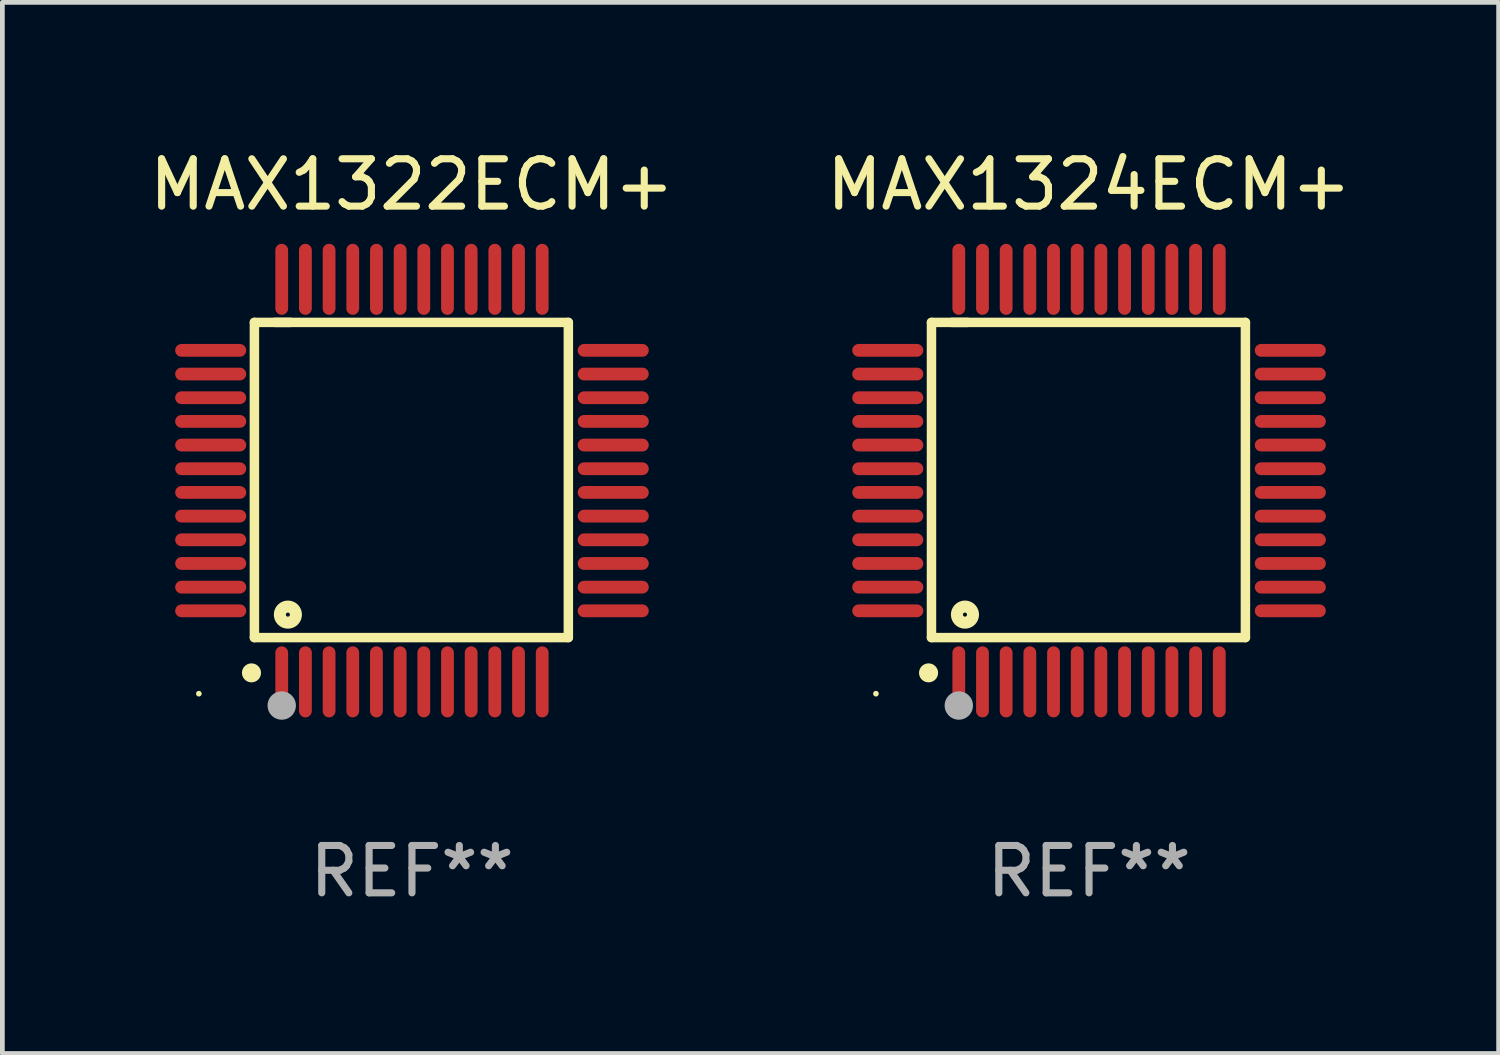
<source format=kicad_pcb>
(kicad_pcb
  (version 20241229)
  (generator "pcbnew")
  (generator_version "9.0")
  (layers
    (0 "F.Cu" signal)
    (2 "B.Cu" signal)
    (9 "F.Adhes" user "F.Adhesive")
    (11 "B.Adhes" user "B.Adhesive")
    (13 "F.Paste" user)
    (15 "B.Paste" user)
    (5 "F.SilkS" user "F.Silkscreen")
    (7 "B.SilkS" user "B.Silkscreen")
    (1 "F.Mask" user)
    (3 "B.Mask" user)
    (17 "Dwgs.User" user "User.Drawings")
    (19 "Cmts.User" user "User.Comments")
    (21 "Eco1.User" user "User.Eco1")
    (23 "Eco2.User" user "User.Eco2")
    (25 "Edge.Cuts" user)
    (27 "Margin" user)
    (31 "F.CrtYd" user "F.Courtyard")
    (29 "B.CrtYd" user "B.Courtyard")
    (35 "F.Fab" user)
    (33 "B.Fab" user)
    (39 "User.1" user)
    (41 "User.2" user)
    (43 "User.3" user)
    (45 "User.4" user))
  (footprint "MAX1322ECM+"
    (layer "F.Cu")
    (at 5.649 7.098)
    (property "Reference" "MAX1322ECM+" (at 0 -6.25 0) (layer "F.SilkS") (effects (font (size 1 1) (thickness 0.15))))
    (attr through_hole)
    (fp_line (start -3.327 -3.34) (end -2.565 -3.34) (stroke (width 0.2) (type solid)) (layer "F.SilkS"))
    (fp_line (start -3.327 3.315) (end -3.327 -3.34) (stroke (width 0.2) (type solid)) (layer "F.SilkS"))
    (fp_line (start -2.896 -3.34) (end 3.302 -3.34) (stroke (width 0.2) (type solid)) (layer "F.SilkS"))
    (fp_line (start 3.302 -3.34) (end 3.302 3.315) (stroke (width 0.2) (type solid)) (layer "F.SilkS"))
    (fp_line (start 3.302 3.315) (end -3.327 3.315) (stroke (width 0.2) (type solid)) (layer "F.SilkS"))
    (fp_arc (start -3.389992 4.059995) (mid -3.388722 4.059991) (end -3.387452 4.059995) (stroke (width 0.4) (type solid)) (layer "F.SilkS"))
    (fp_circle (center -4.5 4.5) (end -4.47 4.5) (stroke (width 0.06) (type solid)) (fill no) (layer "F.SilkS"))
    (fp_circle (center -2.62 2.83) (end -2.45 2.83) (stroke (width 0.254) (type solid)) (fill no) (layer "F.SilkS"))
    (fp_circle (center -2.75 4.75) (end -2.6 4.75) (stroke (width 0.3) (type solid)) (fill no) (layer "F.Fab"))
    (fp_text user "REF**" (at 0 8.25 0) (layer "F.Fab") (effects (font (size 1 1) (thickness 0.15))))
    (pad "1" smd oval (at -2.75 4.25) (size 0.27 1.5) (layers "F.Cu" "F.Mask" "F.Paste"))
    (pad "2" smd oval (at -2.25 4.25) (size 0.27 1.5) (layers "F.Cu" "F.Mask" "F.Paste"))
    (pad "3" smd oval (at -1.75 4.25) (size 0.27 1.5) (layers "F.Cu" "F.Mask" "F.Paste"))
    (pad "4" smd oval (at -1.25 4.25) (size 0.27 1.5) (layers "F.Cu" "F.Mask" "F.Paste"))
    (pad "5" smd oval (at -0.75 4.25) (size 0.27 1.5) (layers "F.Cu" "F.Mask" "F.Paste"))
    (pad "6" smd oval (at -0.25 4.25) (size 0.27 1.5) (layers "F.Cu" "F.Mask" "F.Paste"))
    (pad "7" smd oval (at 0.25 4.25) (size 0.27 1.5) (layers "F.Cu" "F.Mask" "F.Paste"))
    (pad "8" smd oval (at 0.75 4.25) (size 0.27 1.5) (layers "F.Cu" "F.Mask" "F.Paste"))
    (pad "9" smd oval (at 1.25 4.25) (size 0.27 1.5) (layers "F.Cu" "F.Mask" "F.Paste"))
    (pad "10" smd oval (at 1.75 4.25) (size 0.27 1.5) (layers "F.Cu" "F.Mask" "F.Paste"))
    (pad "11" smd oval (at 2.25 4.25) (size 0.27 1.5) (layers "F.Cu" "F.Mask" "F.Paste"))
    (pad "12" smd oval (at 2.75 4.25) (size 0.27 1.5) (layers "F.Cu" "F.Mask" "F.Paste"))
    (pad "13" smd oval (at 4.25 2.75) (size 1.5 0.27) (layers "F.Cu" "F.Mask" "F.Paste"))
    (pad "14" smd oval (at 4.25 2.25) (size 1.5 0.27) (layers "F.Cu" "F.Mask" "F.Paste"))
    (pad "15" smd oval (at 4.25 1.75) (size 1.5 0.27) (layers "F.Cu" "F.Mask" "F.Paste"))
    (pad "16" smd oval (at 4.25 1.25) (size 1.5 0.27) (layers "F.Cu" "F.Mask" "F.Paste"))
    (pad "17" smd oval (at 4.25 0.75) (size 1.5 0.27) (layers "F.Cu" "F.Mask" "F.Paste"))
    (pad "18" smd oval (at 4.25 0.25) (size 1.5 0.27) (layers "F.Cu" "F.Mask" "F.Paste"))
    (pad "19" smd oval (at 4.25 -0.25) (size 1.5 0.27) (layers "F.Cu" "F.Mask" "F.Paste"))
    (pad "20" smd oval (at 4.25 -0.75) (size 1.5 0.27) (layers "F.Cu" "F.Mask" "F.Paste"))
    (pad "21" smd oval (at 4.25 -1.25) (size 1.5 0.27) (layers "F.Cu" "F.Mask" "F.Paste"))
    (pad "22" smd oval (at 4.25 -1.75) (size 1.5 0.27) (layers "F.Cu" "F.Mask" "F.Paste"))
    (pad "23" smd oval (at 4.25 -2.25) (size 1.5 0.27) (layers "F.Cu" "F.Mask" "F.Paste"))
    (pad "24" smd oval (at 4.25 -2.75) (size 1.5 0.27) (layers "F.Cu" "F.Mask" "F.Paste"))
    (pad "25" smd oval (at 2.75 -4.25) (size 0.27 1.5) (layers "F.Cu" "F.Mask" "F.Paste"))
    (pad "26" smd oval (at 2.25 -4.25) (size 0.27 1.5) (layers "F.Cu" "F.Mask" "F.Paste"))
    (pad "27" smd oval (at 1.75 -4.25) (size 0.27 1.5) (layers "F.Cu" "F.Mask" "F.Paste"))
    (pad "28" smd oval (at 1.25 -4.25) (size 0.27 1.5) (layers "F.Cu" "F.Mask" "F.Paste"))
    (pad "29" smd oval (at 0.75 -4.25) (size 0.27 1.5) (layers "F.Cu" "F.Mask" "F.Paste"))
    (pad "30" smd oval (at 0.25 -4.25) (size 0.27 1.5) (layers "F.Cu" "F.Mask" "F.Paste"))
    (pad "31" smd oval (at -0.25 -4.25) (size 0.27 1.5) (layers "F.Cu" "F.Mask" "F.Paste"))
    (pad "32" smd oval (at -0.75 -4.25) (size 0.27 1.5) (layers "F.Cu" "F.Mask" "F.Paste"))
    (pad "33" smd oval (at -1.25 -4.25) (size 0.27 1.5) (layers "F.Cu" "F.Mask" "F.Paste"))
    (pad "34" smd oval (at -1.75 -4.25) (size 0.27 1.5) (layers "F.Cu" "F.Mask" "F.Paste"))
    (pad "35" smd oval (at -2.25 -4.25) (size 0.27 1.5) (layers "F.Cu" "F.Mask" "F.Paste"))
    (pad "36" smd oval (at -2.75 -4.25) (size 0.27 1.5) (layers "F.Cu" "F.Mask" "F.Paste"))
    (pad "37" smd oval (at -4.25 -2.75) (size 1.5 0.27) (layers "F.Cu" "F.Mask" "F.Paste"))
    (pad "38" smd oval (at -4.25 -2.25) (size 1.5 0.27) (layers "F.Cu" "F.Mask" "F.Paste"))
    (pad "39" smd oval (at -4.25 -1.75) (size 1.5 0.27) (layers "F.Cu" "F.Mask" "F.Paste"))
    (pad "40" smd oval (at -4.25 -1.25) (size 1.5 0.27) (layers "F.Cu" "F.Mask" "F.Paste"))
    (pad "41" smd oval (at -4.25 -0.75) (size 1.5 0.27) (layers "F.Cu" "F.Mask" "F.Paste"))
    (pad "42" smd oval (at -4.25 -0.25) (size 1.5 0.27) (layers "F.Cu" "F.Mask" "F.Paste"))
    (pad "43" smd oval (at -4.25 0.25) (size 1.5 0.27) (layers "F.Cu" "F.Mask" "F.Paste"))
    (pad "44" smd oval (at -4.25 0.75) (size 1.5 0.27) (layers "F.Cu" "F.Mask" "F.Paste"))
    (pad "45" smd oval (at -4.25 1.25) (size 1.5 0.27) (layers "F.Cu" "F.Mask" "F.Paste"))
    (pad "46" smd oval (at -4.25 1.75) (size 1.5 0.27) (layers "F.Cu" "F.Mask" "F.Paste"))
    (pad "47" smd oval (at -4.25 2.25) (size 1.5 0.27) (layers "F.Cu" "F.Mask" "F.Paste"))
    (pad "48" smd oval (at -4.25 2.75) (size 1.5 0.27) (layers "F.Cu" "F.Mask" "F.Paste")))
  (footprint "MAX1324ECM+"
    (layer "F.Cu")
    (at 19.946 7.098)
    (property "Reference" "MAX1324ECM+" (at 0 -6.25 0) (layer "F.SilkS") (effects (font (size 1 1) (thickness 0.15))))
    (attr through_hole)
    (fp_line (start -3.327 -3.34) (end -2.565 -3.34) (stroke (width 0.2) (type solid)) (layer "F.SilkS"))
    (fp_line (start -3.327 3.315) (end -3.327 -3.34) (stroke (width 0.2) (type solid)) (layer "F.SilkS"))
    (fp_line (start -2.896 -3.34) (end 3.302 -3.34) (stroke (width 0.2) (type solid)) (layer "F.SilkS"))
    (fp_line (start 3.302 -3.34) (end 3.302 3.315) (stroke (width 0.2) (type solid)) (layer "F.SilkS"))
    (fp_line (start 3.302 3.315) (end -3.327 3.315) (stroke (width 0.2) (type solid)) (layer "F.SilkS"))
    (fp_arc (start -3.389992 4.059995) (mid -3.388722 4.059991) (end -3.387452 4.059995) (stroke (width 0.4) (type solid)) (layer "F.SilkS"))
    (fp_circle (center -4.5 4.5) (end -4.47 4.5) (stroke (width 0.06) (type solid)) (fill no) (layer "F.SilkS"))
    (fp_circle (center -2.62 2.83) (end -2.45 2.83) (stroke (width 0.254) (type solid)) (fill no) (layer "F.SilkS"))
    (fp_circle (center -2.75 4.75) (end -2.6 4.75) (stroke (width 0.3) (type solid)) (fill no) (layer "F.Fab"))
    (fp_text user "REF**" (at 0 8.25 0) (layer "F.Fab") (effects (font (size 1 1) (thickness 0.15))))
    (pad "1" smd oval (at -2.75 4.25) (size 0.27 1.5) (layers "F.Cu" "F.Mask" "F.Paste"))
    (pad "2" smd oval (at -2.25 4.25) (size 0.27 1.5) (layers "F.Cu" "F.Mask" "F.Paste"))
    (pad "3" smd oval (at -1.75 4.25) (size 0.27 1.5) (layers "F.Cu" "F.Mask" "F.Paste"))
    (pad "4" smd oval (at -1.25 4.25) (size 0.27 1.5) (layers "F.Cu" "F.Mask" "F.Paste"))
    (pad "5" smd oval (at -0.75 4.25) (size 0.27 1.5) (layers "F.Cu" "F.Mask" "F.Paste"))
    (pad "6" smd oval (at -0.25 4.25) (size 0.27 1.5) (layers "F.Cu" "F.Mask" "F.Paste"))
    (pad "7" smd oval (at 0.25 4.25) (size 0.27 1.5) (layers "F.Cu" "F.Mask" "F.Paste"))
    (pad "8" smd oval (at 0.75 4.25) (size 0.27 1.5) (layers "F.Cu" "F.Mask" "F.Paste"))
    (pad "9" smd oval (at 1.25 4.25) (size 0.27 1.5) (layers "F.Cu" "F.Mask" "F.Paste"))
    (pad "10" smd oval (at 1.75 4.25) (size 0.27 1.5) (layers "F.Cu" "F.Mask" "F.Paste"))
    (pad "11" smd oval (at 2.25 4.25) (size 0.27 1.5) (layers "F.Cu" "F.Mask" "F.Paste"))
    (pad "12" smd oval (at 2.75 4.25) (size 0.27 1.5) (layers "F.Cu" "F.Mask" "F.Paste"))
    (pad "13" smd oval (at 4.25 2.75) (size 1.5 0.27) (layers "F.Cu" "F.Mask" "F.Paste"))
    (pad "14" smd oval (at 4.25 2.25) (size 1.5 0.27) (layers "F.Cu" "F.Mask" "F.Paste"))
    (pad "15" smd oval (at 4.25 1.75) (size 1.5 0.27) (layers "F.Cu" "F.Mask" "F.Paste"))
    (pad "16" smd oval (at 4.25 1.25) (size 1.5 0.27) (layers "F.Cu" "F.Mask" "F.Paste"))
    (pad "17" smd oval (at 4.25 0.75) (size 1.5 0.27) (layers "F.Cu" "F.Mask" "F.Paste"))
    (pad "18" smd oval (at 4.25 0.25) (size 1.5 0.27) (layers "F.Cu" "F.Mask" "F.Paste"))
    (pad "19" smd oval (at 4.25 -0.25) (size 1.5 0.27) (layers "F.Cu" "F.Mask" "F.Paste"))
    (pad "20" smd oval (at 4.25 -0.75) (size 1.5 0.27) (layers "F.Cu" "F.Mask" "F.Paste"))
    (pad "21" smd oval (at 4.25 -1.25) (size 1.5 0.27) (layers "F.Cu" "F.Mask" "F.Paste"))
    (pad "22" smd oval (at 4.25 -1.75) (size 1.5 0.27) (layers "F.Cu" "F.Mask" "F.Paste"))
    (pad "23" smd oval (at 4.25 -2.25) (size 1.5 0.27) (layers "F.Cu" "F.Mask" "F.Paste"))
    (pad "24" smd oval (at 4.25 -2.75) (size 1.5 0.27) (layers "F.Cu" "F.Mask" "F.Paste"))
    (pad "25" smd oval (at 2.75 -4.25) (size 0.27 1.5) (layers "F.Cu" "F.Mask" "F.Paste"))
    (pad "26" smd oval (at 2.25 -4.25) (size 0.27 1.5) (layers "F.Cu" "F.Mask" "F.Paste"))
    (pad "27" smd oval (at 1.75 -4.25) (size 0.27 1.5) (layers "F.Cu" "F.Mask" "F.Paste"))
    (pad "28" smd oval (at 1.25 -4.25) (size 0.27 1.5) (layers "F.Cu" "F.Mask" "F.Paste"))
    (pad "29" smd oval (at 0.75 -4.25) (size 0.27 1.5) (layers "F.Cu" "F.Mask" "F.Paste"))
    (pad "30" smd oval (at 0.25 -4.25) (size 0.27 1.5) (layers "F.Cu" "F.Mask" "F.Paste"))
    (pad "31" smd oval (at -0.25 -4.25) (size 0.27 1.5) (layers "F.Cu" "F.Mask" "F.Paste"))
    (pad "32" smd oval (at -0.75 -4.25) (size 0.27 1.5) (layers "F.Cu" "F.Mask" "F.Paste"))
    (pad "33" smd oval (at -1.25 -4.25) (size 0.27 1.5) (layers "F.Cu" "F.Mask" "F.Paste"))
    (pad "34" smd oval (at -1.75 -4.25) (size 0.27 1.5) (layers "F.Cu" "F.Mask" "F.Paste"))
    (pad "35" smd oval (at -2.25 -4.25) (size 0.27 1.5) (layers "F.Cu" "F.Mask" "F.Paste"))
    (pad "36" smd oval (at -2.75 -4.25) (size 0.27 1.5) (layers "F.Cu" "F.Mask" "F.Paste"))
    (pad "37" smd oval (at -4.25 -2.75) (size 1.5 0.27) (layers "F.Cu" "F.Mask" "F.Paste"))
    (pad "38" smd oval (at -4.25 -2.25) (size 1.5 0.27) (layers "F.Cu" "F.Mask" "F.Paste"))
    (pad "39" smd oval (at -4.25 -1.75) (size 1.5 0.27) (layers "F.Cu" "F.Mask" "F.Paste"))
    (pad "40" smd oval (at -4.25 -1.25) (size 1.5 0.27) (layers "F.Cu" "F.Mask" "F.Paste"))
    (pad "41" smd oval (at -4.25 -0.75) (size 1.5 0.27) (layers "F.Cu" "F.Mask" "F.Paste"))
    (pad "42" smd oval (at -4.25 -0.25) (size 1.5 0.27) (layers "F.Cu" "F.Mask" "F.Paste"))
    (pad "43" smd oval (at -4.25 0.25) (size 1.5 0.27) (layers "F.Cu" "F.Mask" "F.Paste"))
    (pad "44" smd oval (at -4.25 0.75) (size 1.5 0.27) (layers "F.Cu" "F.Mask" "F.Paste"))
    (pad "45" smd oval (at -4.25 1.25) (size 1.5 0.27) (layers "F.Cu" "F.Mask" "F.Paste"))
    (pad "46" smd oval (at -4.25 1.75) (size 1.5 0.27) (layers "F.Cu" "F.Mask" "F.Paste"))
    (pad "47" smd oval (at -4.25 2.25) (size 1.5 0.27) (layers "F.Cu" "F.Mask" "F.Paste"))
    (pad "48" smd oval (at -4.25 2.75) (size 1.5 0.27) (layers "F.Cu" "F.Mask" "F.Paste")))
  (gr_rect
    (start -3 -3)
    (end 28.595 19.196)
    (stroke (width 0.1) (type default))
    (fill no)
    (layer "Edge.Cuts")))
</source>
